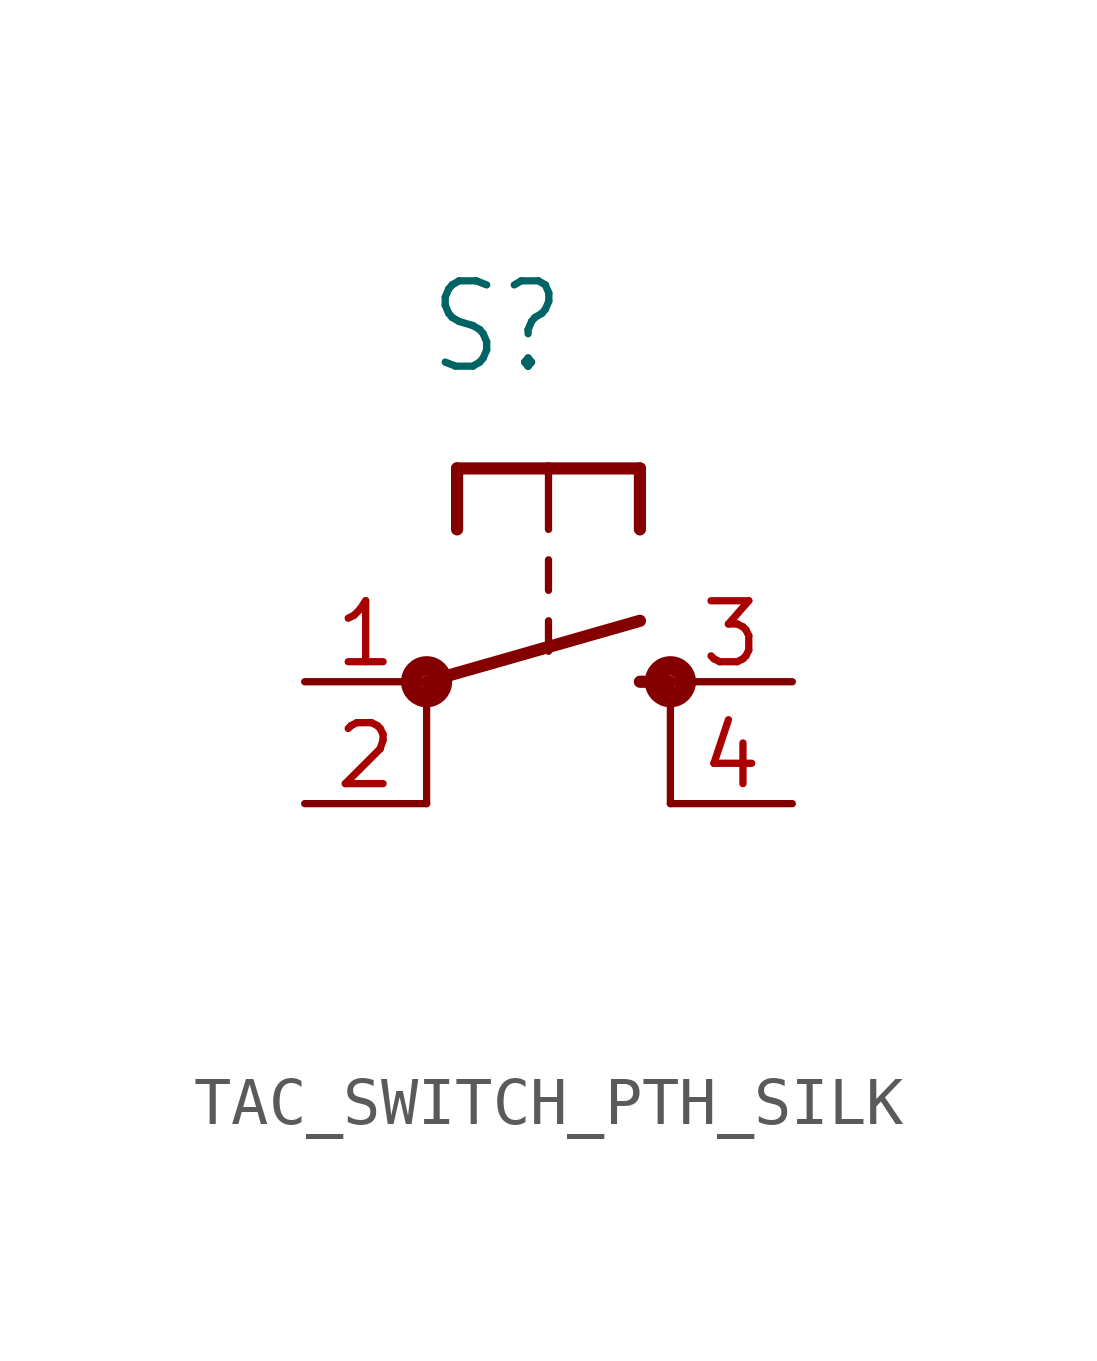
<source format=kicad_sym>
(kicad_symbol_lib
  (version 20231120)
  (generator "kicad_symbol_editor")
  (generator_version "8.0")
  (symbol "TAC_SWITCH_PTH_SILK"
    (property "Reference" "S"
      (at -2.54 6.35 0)
      (effects (font (size 1.778 1.511)) (justify left bottom)))
    (property "Value" ""
      (at -2.54 -6.35 0)
      (effects (font (size 1.778 1.511)) (justify left bottom)))
    (property "ki_locked" ""
      (at 0 0 0)
      (effects (font (size 1.27 1.27))))
    (symbol "TAC_SWITCH_PTH_SILK_1_0"
      (circle (center -2.54 0) (radius 0.127) (stroke (width 0.406) (type solid)) (fill (type none)))
      (polyline (pts (xy -2.54 -2.54) (xy -2.54 0)) (stroke (width 0.152) (type solid)) (fill (type none)))
      (polyline (pts (xy -2.54 0) (xy 1.905 1.27)) (stroke (width 0.254) (type solid)) (fill (type none)))
      (polyline (pts (xy -1.905 4.445) (xy -1.905 3.175)) (stroke (width 0.254) (type solid)) (fill (type none)))
      (polyline (pts (xy 0 1.27) (xy 0 0.635)) (stroke (width 0.152) (type solid)) (fill (type none)))
      (polyline (pts (xy 0 2.54) (xy 0 1.905)) (stroke (width 0.152) (type solid)) (fill (type none)))
      (polyline (pts (xy 0 4.445) (xy -1.905 4.445)) (stroke (width 0.254) (type solid)) (fill (type none)))
      (polyline (pts (xy 0 4.445) (xy 0 3.175)) (stroke (width 0.152) (type solid)) (fill (type none)))
      (polyline (pts (xy 1.905 0) (xy 2.54 0)) (stroke (width 0.254) (type solid)) (fill (type none)))
      (polyline (pts (xy 1.905 4.445) (xy 0 4.445)) (stroke (width 0.254) (type solid)) (fill (type none)))
      (polyline (pts (xy 1.905 4.445) (xy 1.905 3.175)) (stroke (width 0.254) (type solid)) (fill (type none)))
      (polyline (pts (xy 2.54 -2.54) (xy 2.54 0)) (stroke (width 0.152) (type solid)) (fill (type none)))
      (circle (center 2.54 0) (radius 0.127) (stroke (width 0.406) (type solid)) (fill (type none)))
      (pin passive line (at -5.08 0 0) (length 2.54) (name "1" (effects (font (size 0 0)))) (number "1" (effects (font (size 1.27 1.27)))))
      (pin passive line (at -5.08 -2.54 0) (length 2.54) (name "2" (effects (font (size 0 0)))) (number "2" (effects (font (size 1.27 1.27)))))
      (pin passive line (at 5.08 0 180) (length 2.54) (name "3" (effects (font (size 0 0)))) (number "3" (effects (font (size 1.27 1.27)))))
      (pin passive line (at 5.08 -2.54 180) (length 2.54) (name "4" (effects (font (size 0 0)))) (number "4" (effects (font (size 1.27 1.27))))))))
</source>
